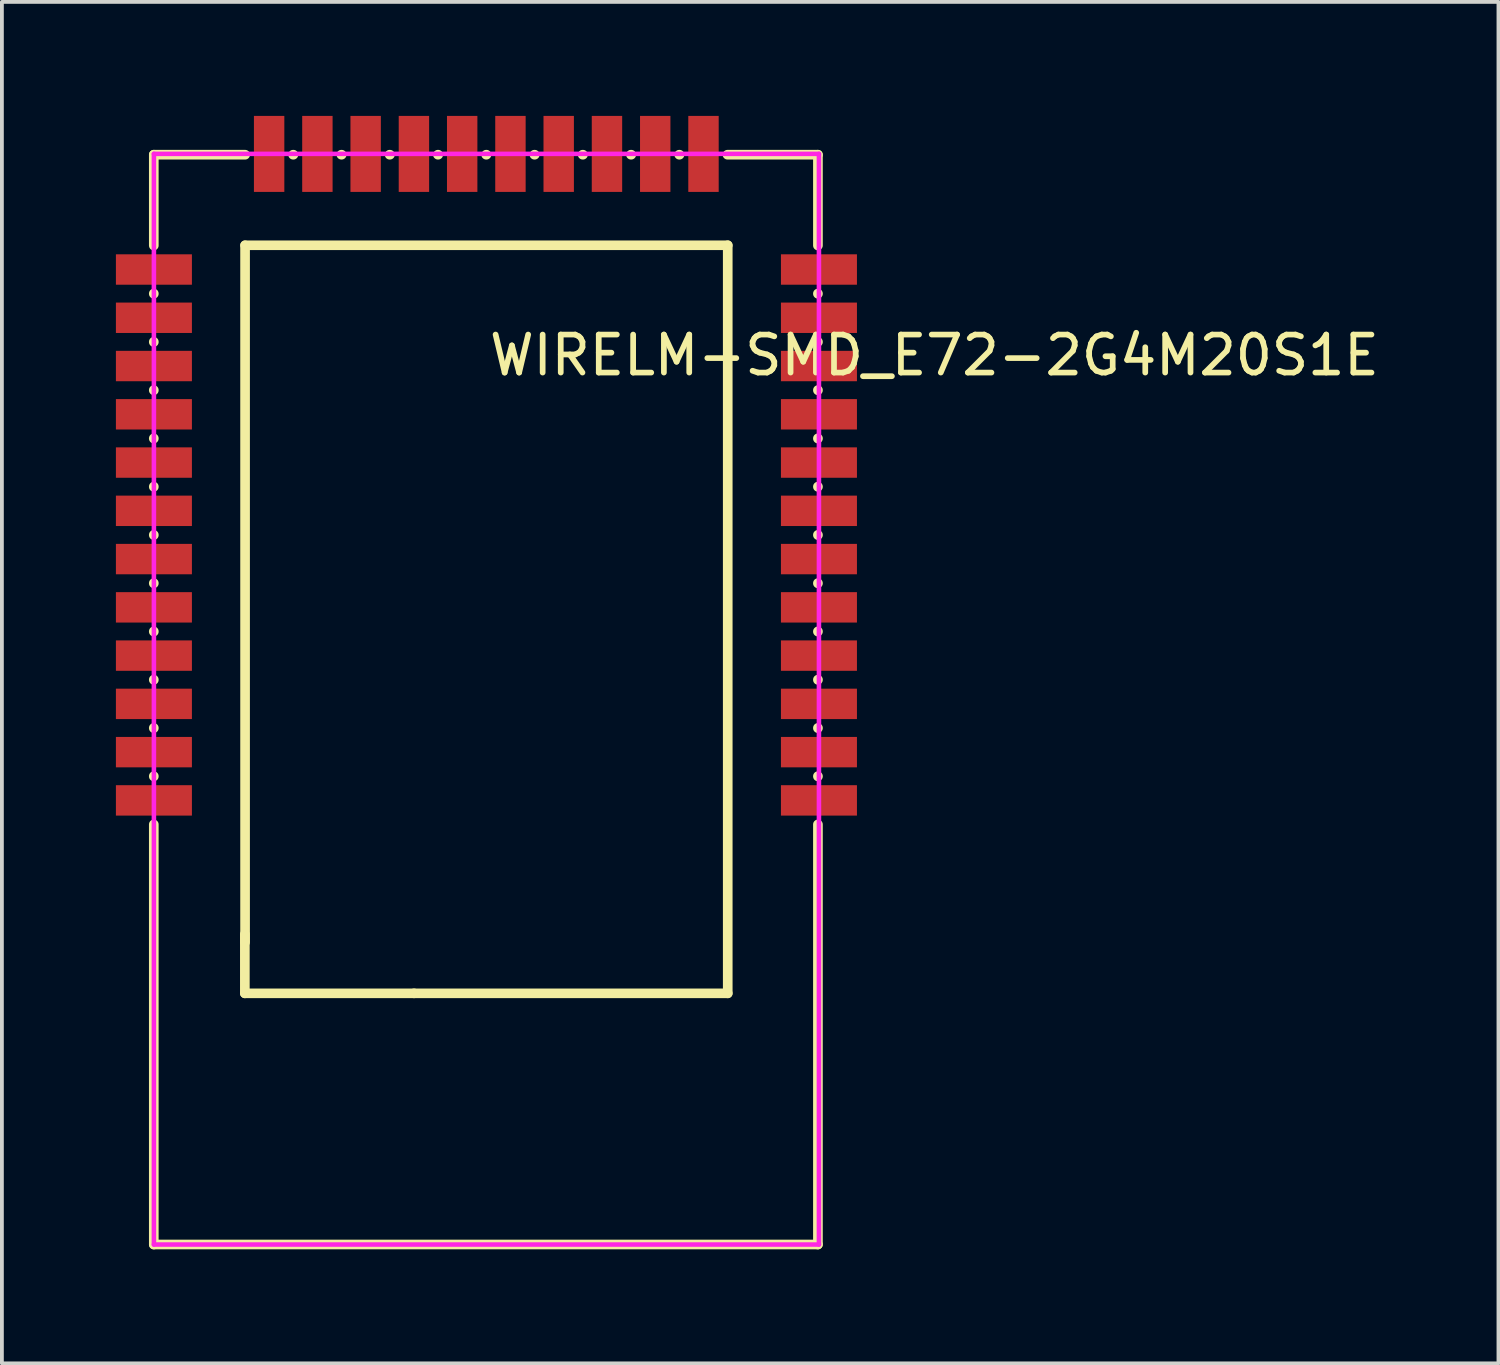
<source format=kicad_pcb>
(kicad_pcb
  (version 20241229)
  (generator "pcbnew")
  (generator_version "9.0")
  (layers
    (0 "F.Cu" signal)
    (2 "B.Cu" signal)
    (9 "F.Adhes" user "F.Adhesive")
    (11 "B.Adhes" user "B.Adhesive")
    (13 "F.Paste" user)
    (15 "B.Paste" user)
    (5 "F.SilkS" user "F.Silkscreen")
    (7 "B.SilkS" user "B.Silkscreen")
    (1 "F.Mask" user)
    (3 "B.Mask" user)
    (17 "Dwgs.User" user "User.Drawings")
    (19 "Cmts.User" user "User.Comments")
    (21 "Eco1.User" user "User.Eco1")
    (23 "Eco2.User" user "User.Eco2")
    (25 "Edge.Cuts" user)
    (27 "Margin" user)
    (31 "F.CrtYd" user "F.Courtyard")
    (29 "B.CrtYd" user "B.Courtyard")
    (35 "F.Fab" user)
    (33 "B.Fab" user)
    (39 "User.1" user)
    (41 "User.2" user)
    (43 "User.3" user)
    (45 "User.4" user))
  (footprint "WIRELM-SMD_E72-2G4M20S1E"
    (layer "F.Cu")
    (at 9.75 9.506)
    (property "Reference" "WIRELM-SMD_E72-2G4M20S1E" (at 0 -3.207 0) (layer "F.SilkS") (effects (font (size 1 1) (thickness 0.15)) (justify left)))
    (attr through_hole)
    (fp_line (start -8.753 -8.485) (end -8.753 -6.095) (stroke (width 0.254) (type solid)) (layer "F.SilkS"))
    (fp_line (start -8.753 -8.485) (end -6.349 -8.485) (stroke (width 0.254) (type solid)) (layer "F.SilkS"))
    (fp_line (start -8.753 -4.832) (end -8.753 -4.825) (stroke (width 0.254) (type solid)) (layer "F.SilkS"))
    (fp_line (start -8.753 -3.562) (end -8.753 -3.555) (stroke (width 0.254) (type solid)) (layer "F.SilkS"))
    (fp_line (start -8.753 -2.292) (end -8.753 -2.285) (stroke (width 0.254) (type solid)) (layer "F.SilkS"))
    (fp_line (start -8.753 -1.022) (end -8.753 -1.015) (stroke (width 0.254) (type solid)) (layer "F.SilkS"))
    (fp_line (start -8.753 0.248) (end -8.753 0.255) (stroke (width 0.254) (type solid)) (layer "F.SilkS"))
    (fp_line (start -8.753 1.518) (end -8.753 1.525) (stroke (width 0.254) (type solid)) (layer "F.SilkS"))
    (fp_line (start -8.753 2.788) (end -8.753 2.795) (stroke (width 0.254) (type solid)) (layer "F.SilkS"))
    (fp_line (start -8.753 4.058) (end -8.753 4.065) (stroke (width 0.254) (type solid)) (layer "F.SilkS"))
    (fp_line (start -8.753 5.328) (end -8.753 5.335) (stroke (width 0.254) (type solid)) (layer "F.SilkS"))
    (fp_line (start -8.753 6.598) (end -8.753 6.605) (stroke (width 0.254) (type solid)) (layer "F.SilkS"))
    (fp_line (start -8.753 7.868) (end -8.753 7.875) (stroke (width 0.254) (type solid)) (layer "F.SilkS"))
    (fp_line (start -8.753 9.138) (end -8.753 20.193) (stroke (width 0.254) (type solid)) (layer "F.SilkS"))
    (fp_line (start -6.357 13.583) (end -6.357 12.027) (stroke (width 0.254) (type solid)) (layer "F.SilkS"))
    (fp_line (start -6.351 12.238) (end -6.351 -6.101) (stroke (width 0.254) (type solid)) (layer "F.SilkS"))
    (fp_line (start -6.35 -6.102) (end 6.35 -6.102) (stroke (width 0.254) (type solid)) (layer "F.SilkS"))
    (fp_line (start -5.087 -8.485) (end -5.079 -8.485) (stroke (width 0.254) (type solid)) (layer "F.SilkS"))
    (fp_line (start -3.817 -8.485) (end -3.809 -8.485) (stroke (width 0.254) (type solid)) (layer "F.SilkS"))
    (fp_line (start -2.547 -8.485) (end -2.539 -8.485) (stroke (width 0.254) (type solid)) (layer "F.SilkS"))
    (fp_line (start -1.905 13.583) (end -6.357 13.583) (stroke (width 0.254) (type solid)) (layer "F.SilkS"))
    (fp_line (start -1.277 -8.485) (end -1.269 -8.485) (stroke (width 0.254) (type solid)) (layer "F.SilkS"))
    (fp_line (start -0.007 -8.485) (end 0.001 -8.485) (stroke (width 0.254) (type solid)) (layer "F.SilkS"))
    (fp_line (start 1.263 -8.485) (end 1.271 -8.485) (stroke (width 0.254) (type solid)) (layer "F.SilkS"))
    (fp_line (start 2.533 -8.485) (end 2.541 -8.485) (stroke (width 0.254) (type solid)) (layer "F.SilkS"))
    (fp_line (start 3.803 -8.485) (end 3.811 -8.485) (stroke (width 0.254) (type solid)) (layer "F.SilkS"))
    (fp_line (start 5.073 -8.485) (end 5.081 -8.485) (stroke (width 0.254) (type solid)) (layer "F.SilkS"))
    (fp_line (start 6.343 -8.485) (end 8.723 -8.485) (stroke (width 0.254) (type solid)) (layer "F.SilkS"))
    (fp_line (start 6.35 -6.102) (end 6.35 13.583) (stroke (width 0.254) (type solid)) (layer "F.SilkS"))
    (fp_line (start 6.35 13.583) (end -1.905 13.583) (stroke (width 0.254) (type solid)) (layer "F.SilkS"))
    (fp_line (start 8.723 -8.485) (end 8.723 -6.095) (stroke (width 0.254) (type solid)) (layer "F.SilkS"))
    (fp_line (start 8.723 -4.832) (end 8.723 -4.825) (stroke (width 0.254) (type solid)) (layer "F.SilkS"))
    (fp_line (start 8.723 -3.562) (end 8.723 -3.555) (stroke (width 0.254) (type solid)) (layer "F.SilkS"))
    (fp_line (start 8.723 -2.292) (end 8.723 -2.285) (stroke (width 0.254) (type solid)) (layer "F.SilkS"))
    (fp_line (start 8.723 -1.022) (end 8.723 -1.015) (stroke (width 0.254) (type solid)) (layer "F.SilkS"))
    (fp_line (start 8.723 0.248) (end 8.723 0.255) (stroke (width 0.254) (type solid)) (layer "F.SilkS"))
    (fp_line (start 8.723 1.518) (end 8.723 1.525) (stroke (width 0.254) (type solid)) (layer "F.SilkS"))
    (fp_line (start 8.723 2.788) (end 8.723 2.795) (stroke (width 0.254) (type solid)) (layer "F.SilkS"))
    (fp_line (start 8.723 4.058) (end 8.723 4.065) (stroke (width 0.254) (type solid)) (layer "F.SilkS"))
    (fp_line (start 8.723 5.328) (end 8.723 5.335) (stroke (width 0.254) (type solid)) (layer "F.SilkS"))
    (fp_line (start 8.723 6.598) (end 8.723 6.605) (stroke (width 0.254) (type solid)) (layer "F.SilkS"))
    (fp_line (start 8.723 7.868) (end 8.723 7.875) (stroke (width 0.254) (type solid)) (layer "F.SilkS"))
    (fp_line (start 8.723 9.138) (end 8.723 20.193) (stroke (width 0.254) (type solid)) (layer "F.SilkS"))
    (fp_line (start 8.723 20.193) (end -8.753 20.193) (stroke (width 0.254) (type solid)) (layer "F.SilkS"))
    (fp_circle (center 8.75 20.193) (end 8.78 20.193) (stroke (width 0.06) (type solid)) (fill no) (layer "Eco2.User"))
    (fp_poly (pts (xy -8.75 -5.064) (xy -8.75 -5.864) (xy -7.75 -5.864) (xy -7.75 -5.064)) (stroke (width 0.12) (type solid)) (fill no) (layer "Eco2.User"))
    (fp_poly (pts (xy -8.75 -3.794) (xy -8.75 -4.594) (xy -7.75 -4.594) (xy -7.75 -3.794)) (stroke (width 0.12) (type solid)) (fill no) (layer "Eco2.User"))
    (fp_poly (pts (xy -8.75 -2.524) (xy -8.75 -3.324) (xy -7.75 -3.324) (xy -7.75 -2.524)) (stroke (width 0.12) (type solid)) (fill no) (layer "Eco2.User"))
    (fp_poly (pts (xy -8.75 -1.254) (xy -8.75 -2.054) (xy -7.75 -2.054) (xy -7.75 -1.254)) (stroke (width 0.12) (type solid)) (fill no) (layer "Eco2.User"))
    (fp_poly (pts (xy -8.75 0.016) (xy -8.75 -0.784) (xy -7.75 -0.784) (xy -7.75 0.016)) (stroke (width 0.12) (type solid)) (fill no) (layer "Eco2.User"))
    (fp_poly (pts (xy -8.75 1.286) (xy -8.75 0.486) (xy -7.75 0.486) (xy -7.75 1.286)) (stroke (width 0.12) (type solid)) (fill no) (layer "Eco2.User"))
    (fp_poly (pts (xy -8.75 2.556) (xy -8.75 1.756) (xy -7.75 1.756) (xy -7.75 2.556)) (stroke (width 0.12) (type solid)) (fill no) (layer "Eco2.User"))
    (fp_poly (pts (xy -8.75 3.826) (xy -8.75 3.026) (xy -7.75 3.026) (xy -7.75 3.826)) (stroke (width 0.12) (type solid)) (fill no) (layer "Eco2.User"))
    (fp_poly (pts (xy -8.75 5.096) (xy -8.75 4.296) (xy -7.75 4.296) (xy -7.75 5.096)) (stroke (width 0.12) (type solid)) (fill no) (layer "Eco2.User"))
    (fp_poly (pts (xy -8.75 6.366) (xy -8.75 5.566) (xy -7.75 5.566) (xy -7.75 6.366)) (stroke (width 0.12) (type solid)) (fill no) (layer "Eco2.User"))
    (fp_poly (pts (xy -8.75 7.636) (xy -8.75 6.836) (xy -7.75 6.836) (xy -7.75 7.636)) (stroke (width 0.12) (type solid)) (fill no) (layer "Eco2.User"))
    (fp_poly (pts (xy -8.75 8.906) (xy -8.75 8.106) (xy -7.75 8.106) (xy -7.75 8.906)) (stroke (width 0.12) (type solid)) (fill no) (layer "Eco2.User"))
    (fp_poly (pts (xy -6.118 -8.506) (xy -5.318 -8.506) (xy -5.318 -7.506) (xy -6.118 -7.506)) (stroke (width 0.12) (type solid)) (fill no) (layer "Eco2.User"))
    (fp_poly (pts (xy -4.848 -8.506) (xy -4.048 -8.506) (xy -4.048 -7.506) (xy -4.848 -7.506)) (stroke (width 0.12) (type solid)) (fill no) (layer "Eco2.User"))
    (fp_poly (pts (xy -3.578 -8.506) (xy -2.778 -8.506) (xy -2.778 -7.506) (xy -3.578 -7.506)) (stroke (width 0.12) (type solid)) (fill no) (layer "Eco2.User"))
    (fp_poly (pts (xy -2.308 -8.506) (xy -1.508 -8.506) (xy -1.508 -7.506) (xy -2.308 -7.506)) (stroke (width 0.12) (type solid)) (fill no) (layer "Eco2.User"))
    (fp_poly (pts (xy -1.038 -8.506) (xy -0.238 -8.506) (xy -0.238 -7.506) (xy -1.038 -7.506)) (stroke (width 0.12) (type solid)) (fill no) (layer "Eco2.User"))
    (fp_poly (pts (xy 0.232 -8.506) (xy 1.032 -8.506) (xy 1.032 -7.506) (xy 0.232 -7.506)) (stroke (width 0.12) (type solid)) (fill no) (layer "Eco2.User"))
    (fp_poly (pts (xy 1.502 -8.506) (xy 2.302 -8.506) (xy 2.302 -7.506) (xy 1.502 -7.506)) (stroke (width 0.12) (type solid)) (fill no) (layer "Eco2.User"))
    (fp_poly (pts (xy 2.772 -8.506) (xy 3.572 -8.506) (xy 3.572 -7.506) (xy 2.772 -7.506)) (stroke (width 0.12) (type solid)) (fill no) (layer "Eco2.User"))
    (fp_poly (pts (xy 4.042 -8.506) (xy 4.842 -8.506) (xy 4.842 -7.506) (xy 4.042 -7.506)) (stroke (width 0.12) (type solid)) (fill no) (layer "Eco2.User"))
    (fp_poly (pts (xy 5.312 -8.506) (xy 6.112 -8.506) (xy 6.112 -7.506) (xy 5.312 -7.506)) (stroke (width 0.12) (type solid)) (fill no) (layer "Eco2.User"))
    (fp_poly (pts (xy 8.75 -5.864) (xy 8.75 -5.064) (xy 7.75 -5.064) (xy 7.75 -5.864)) (stroke (width 0.12) (type solid)) (fill no) (layer "Eco2.User"))
    (fp_poly (pts (xy 8.75 -4.594) (xy 8.75 -3.794) (xy 7.75 -3.794) (xy 7.75 -4.594)) (stroke (width 0.12) (type solid)) (fill no) (layer "Eco2.User"))
    (fp_poly (pts (xy 8.75 -3.324) (xy 8.75 -2.524) (xy 7.75 -2.524) (xy 7.75 -3.324)) (stroke (width 0.12) (type solid)) (fill no) (layer "Eco2.User"))
    (fp_poly (pts (xy 8.75 -2.054) (xy 8.75 -1.254) (xy 7.75 -1.254) (xy 7.75 -2.054)) (stroke (width 0.12) (type solid)) (fill no) (layer "Eco2.User"))
    (fp_poly (pts (xy 8.75 -0.784) (xy 8.75 0.016) (xy 7.75 0.016) (xy 7.75 -0.784)) (stroke (width 0.12) (type solid)) (fill no) (layer "Eco2.User"))
    (fp_poly (pts (xy 8.75 0.486) (xy 8.75 1.286) (xy 7.75 1.286) (xy 7.75 0.486)) (stroke (width 0.12) (type solid)) (fill no) (layer "Eco2.User"))
    (fp_poly (pts (xy 8.75 1.756) (xy 8.75 2.556) (xy 7.75 2.556) (xy 7.75 1.756)) (stroke (width 0.12) (type solid)) (fill no) (layer "Eco2.User"))
    (fp_poly (pts (xy 8.75 3.026) (xy 8.75 3.826) (xy 7.75 3.826) (xy 7.75 3.026)) (stroke (width 0.12) (type solid)) (fill no) (layer "Eco2.User"))
    (fp_poly (pts (xy 8.75 4.296) (xy 8.75 5.096) (xy 7.75 5.096) (xy 7.75 4.296)) (stroke (width 0.12) (type solid)) (fill no) (layer "Eco2.User"))
    (fp_poly (pts (xy 8.75 5.566) (xy 8.75 6.366) (xy 7.75 6.366) (xy 7.75 5.566)) (stroke (width 0.12) (type solid)) (fill no) (layer "Eco2.User"))
    (fp_poly (pts (xy 8.75 6.836) (xy 8.75 7.636) (xy 7.75 7.636) (xy 7.75 6.836)) (stroke (width 0.12) (type solid)) (fill no) (layer "Eco2.User"))
    (fp_poly (pts (xy 8.75 8.106) (xy 8.75 8.906) (xy 7.75 8.906) (xy 7.75 8.106)) (stroke (width 0.12) (type solid)) (fill no) (layer "Eco2.User"))
    (fp_line (start -8.75 -8.507) (end 8.75 -8.507) (stroke (width 0.12) (type solid)) (layer "F.CrtYd"))
    (fp_line (start -8.75 20.193) (end -8.75 -8.507) (stroke (width 0.12) (type solid)) (layer "F.CrtYd"))
    (fp_line (start 8.75 -8.507) (end 8.75 20.193) (stroke (width 0.12) (type solid)) (layer "F.CrtYd"))
    (fp_line (start 8.75 20.193) (end -8.75 20.193) (stroke (width 0.12) (type solid)) (layer "F.CrtYd"))
    (pad "1" smd rect (at 8.75 8.506) (size 2 0.8) (layers "F.Cu" "F.Mask" "F.Paste"))
    (pad "2" smd rect (at 8.75 7.236) (size 2 0.8) (layers "F.Cu" "F.Mask" "F.Paste"))
    (pad "3" smd rect (at 8.75 5.966) (size 2 0.8) (layers "F.Cu" "F.Mask" "F.Paste"))
    (pad "4" smd rect (at 8.75 4.696) (size 2 0.8) (layers "F.Cu" "F.Mask" "F.Paste"))
    (pad "5" smd rect (at 8.75 3.426) (size 2 0.8) (layers "F.Cu" "F.Mask" "F.Paste"))
    (pad "6" smd rect (at 8.75 2.156) (size 2 0.8) (layers "F.Cu" "F.Mask" "F.Paste"))
    (pad "7" smd rect (at 8.75 0.886) (size 2 0.8) (layers "F.Cu" "F.Mask" "F.Paste"))
    (pad "8" smd rect (at 8.75 -0.384) (size 2 0.8) (layers "F.Cu" "F.Mask" "F.Paste"))
    (pad "9" smd rect (at 8.75 -1.654) (size 2 0.8) (layers "F.Cu" "F.Mask" "F.Paste"))
    (pad "10" smd rect (at 8.75 -2.924) (size 2 0.8) (layers "F.Cu" "F.Mask" "F.Paste"))
    (pad "11" smd rect (at 8.75 -4.194) (size 2 0.8) (layers "F.Cu" "F.Mask" "F.Paste"))
    (pad "12" smd rect (at 8.75 -5.464) (size 2 0.8) (layers "F.Cu" "F.Mask" "F.Paste"))
    (pad "13" smd rect (at 5.712 -8.506) (size 0.8 2) (layers "F.Cu" "F.Mask" "F.Paste"))
    (pad "14" smd rect (at 4.442 -8.506) (size 0.8 2) (layers "F.Cu" "F.Mask" "F.Paste"))
    (pad "15" smd rect (at 3.172 -8.506) (size 0.8 2) (layers "F.Cu" "F.Mask" "F.Paste"))
    (pad "16" smd rect (at 1.902 -8.506) (size 0.8 2) (layers "F.Cu" "F.Mask" "F.Paste"))
    (pad "17" smd rect (at 0.632 -8.506) (size 0.8 2) (layers "F.Cu" "F.Mask" "F.Paste"))
    (pad "18" smd rect (at -0.638 -8.506) (size 0.8 2) (layers "F.Cu" "F.Mask" "F.Paste"))
    (pad "19" smd rect (at -1.908 -8.506) (size 0.8 2) (layers "F.Cu" "F.Mask" "F.Paste"))
    (pad "20" smd rect (at -3.178 -8.506) (size 0.8 2) (layers "F.Cu" "F.Mask" "F.Paste"))
    (pad "21" smd rect (at -4.448 -8.506) (size 0.8 2) (layers "F.Cu" "F.Mask" "F.Paste"))
    (pad "22" smd rect (at -5.718 -8.506) (size 0.8 2) (layers "F.Cu" "F.Mask" "F.Paste"))
    (pad "23" smd rect (at -8.75 -5.464) (size 2 0.8) (layers "F.Cu" "F.Mask" "F.Paste"))
    (pad "24" smd rect (at -8.75 -4.194) (size 2 0.8) (layers "F.Cu" "F.Mask" "F.Paste"))
    (pad "25" smd rect (at -8.75 -2.924) (size 2 0.8) (layers "F.Cu" "F.Mask" "F.Paste"))
    (pad "26" smd rect (at -8.75 -1.654) (size 2 0.8) (layers "F.Cu" "F.Mask" "F.Paste"))
    (pad "27" smd rect (at -8.75 -0.384) (size 2 0.8) (layers "F.Cu" "F.Mask" "F.Paste"))
    (pad "28" smd rect (at -8.75 0.886) (size 2 0.8) (layers "F.Cu" "F.Mask" "F.Paste"))
    (pad "29" smd rect (at -8.75 2.156) (size 2 0.8) (layers "F.Cu" "F.Mask" "F.Paste"))
    (pad "30" smd rect (at -8.75 3.426) (size 2 0.8) (layers "F.Cu" "F.Mask" "F.Paste"))
    (pad "31" smd rect (at -8.75 4.696) (size 2 0.8) (layers "F.Cu" "F.Mask" "F.Paste"))
    (pad "32" smd rect (at -8.75 5.966) (size 2 0.8) (layers "F.Cu" "F.Mask" "F.Paste"))
    (pad "33" smd rect (at -8.75 7.236) (size 2 0.8) (layers "F.Cu" "F.Mask" "F.Paste"))
    (pad "34" smd rect (at -8.75 8.506) (size 2 0.8) (layers "F.Cu" "F.Mask" "F.Paste")))
  (gr_rect
    (start -3 -3)
    (end 36.381 32.826)
    (stroke (width 0.1) (type default))
    (fill no)
    (layer "Edge.Cuts")))
</source>
